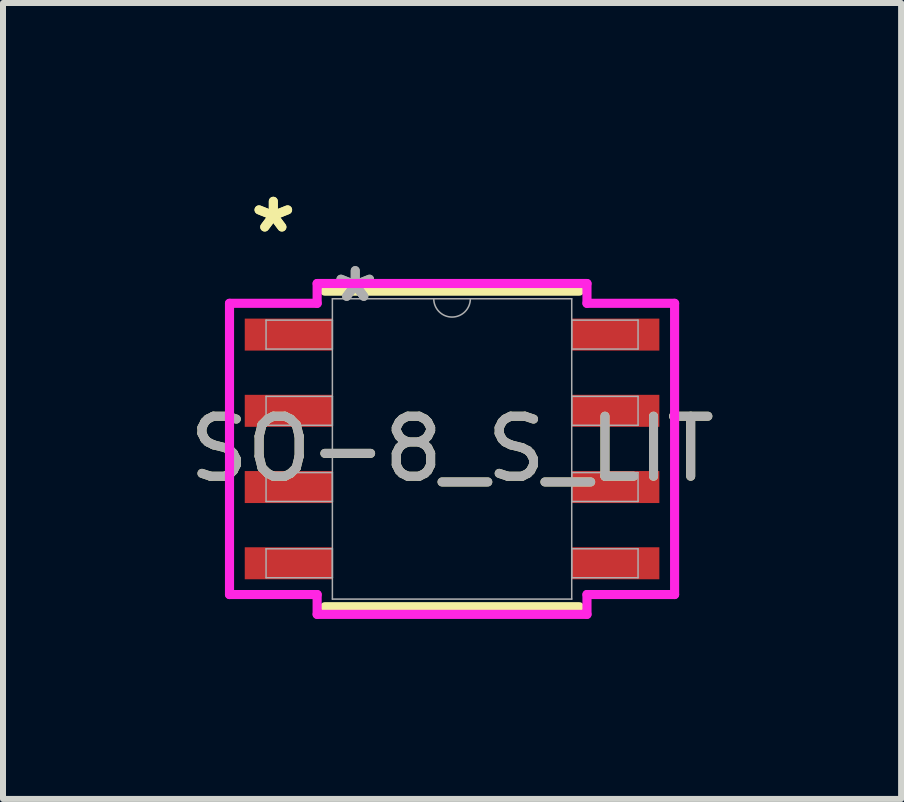
<source format=kicad_pcb>
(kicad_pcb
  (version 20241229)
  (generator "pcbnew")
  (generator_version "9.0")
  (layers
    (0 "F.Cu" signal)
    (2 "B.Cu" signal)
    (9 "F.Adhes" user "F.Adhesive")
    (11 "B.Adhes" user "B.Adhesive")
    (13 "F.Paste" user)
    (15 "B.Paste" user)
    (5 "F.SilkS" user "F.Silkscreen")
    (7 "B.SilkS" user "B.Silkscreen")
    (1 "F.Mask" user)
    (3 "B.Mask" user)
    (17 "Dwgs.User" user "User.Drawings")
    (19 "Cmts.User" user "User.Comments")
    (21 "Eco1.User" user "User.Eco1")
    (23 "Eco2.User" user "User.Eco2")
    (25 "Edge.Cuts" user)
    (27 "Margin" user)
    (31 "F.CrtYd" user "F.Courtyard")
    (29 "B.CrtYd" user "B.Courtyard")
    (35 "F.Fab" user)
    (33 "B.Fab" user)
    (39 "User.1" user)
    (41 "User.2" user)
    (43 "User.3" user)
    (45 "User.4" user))
  (footprint "SO-8_S_LIT"
    (layer "F.Cu")
    (at 4.482 4.43)
    (property "Reference" "SO-8_S_LIT" (at 0 0 0) (unlocked yes) (layer "F.SilkS") (effects (font (size 1 1) (thickness 0.15))))
    (attr smd)
    (fp_line (start -2.121 2.629) (end 2.121 2.629) (stroke (width 0.152) (type solid)) (layer "F.SilkS"))
    (fp_line (start 2.121 -2.629) (end -2.121 -2.629) (stroke (width 0.152) (type solid)) (layer "F.SilkS"))
    (fp_line (start -3.708 -2.426) (end -2.248 -2.426) (stroke (width 0.152) (type solid)) (layer "F.CrtYd"))
    (fp_line (start -3.708 2.426) (end -3.708 -2.426) (stroke (width 0.152) (type solid)) (layer "F.CrtYd"))
    (fp_line (start -3.708 2.426) (end -2.248 2.426) (stroke (width 0.152) (type solid)) (layer "F.CrtYd"))
    (fp_line (start -2.248 -2.756) (end 2.248 -2.756) (stroke (width 0.152) (type solid)) (layer "F.CrtYd"))
    (fp_line (start -2.248 -2.426) (end -2.248 -2.756) (stroke (width 0.152) (type solid)) (layer "F.CrtYd"))
    (fp_line (start -2.248 2.756) (end -2.248 2.426) (stroke (width 0.152) (type solid)) (layer "F.CrtYd"))
    (fp_line (start 2.248 -2.756) (end 2.248 -2.426) (stroke (width 0.152) (type solid)) (layer "F.CrtYd"))
    (fp_line (start 2.248 2.426) (end 2.248 2.756) (stroke (width 0.152) (type solid)) (layer "F.CrtYd"))
    (fp_line (start 2.248 2.756) (end -2.248 2.756) (stroke (width 0.152) (type solid)) (layer "F.CrtYd"))
    (fp_line (start 3.708 -2.426) (end 2.248 -2.426) (stroke (width 0.152) (type solid)) (layer "F.CrtYd"))
    (fp_line (start 3.708 -2.426) (end 3.708 2.426) (stroke (width 0.152) (type solid)) (layer "F.CrtYd"))
    (fp_line (start 3.708 2.426) (end 2.248 2.426) (stroke (width 0.152) (type solid)) (layer "F.CrtYd"))
    (fp_line (start -3.099 -2.146) (end -3.099 -1.664) (stroke (width 0.025) (type solid)) (layer "F.Fab"))
    (fp_line (start -3.099 -1.664) (end -1.994 -1.664) (stroke (width 0.025) (type solid)) (layer "F.Fab"))
    (fp_line (start -3.099 -0.876) (end -3.099 -0.394) (stroke (width 0.025) (type solid)) (layer "F.Fab"))
    (fp_line (start -3.099 -0.394) (end -1.994 -0.394) (stroke (width 0.025) (type solid)) (layer "F.Fab"))
    (fp_line (start -3.099 0.394) (end -3.099 0.876) (stroke (width 0.025) (type solid)) (layer "F.Fab"))
    (fp_line (start -3.099 0.876) (end -1.994 0.876) (stroke (width 0.025) (type solid)) (layer "F.Fab"))
    (fp_line (start -3.099 1.664) (end -3.099 2.146) (stroke (width 0.025) (type solid)) (layer "F.Fab"))
    (fp_line (start -3.099 2.146) (end -1.994 2.146) (stroke (width 0.025) (type solid)) (layer "F.Fab"))
    (fp_line (start -1.994 -2.502) (end -1.994 2.502) (stroke (width 0.025) (type solid)) (layer "F.Fab"))
    (fp_line (start -1.994 -2.146) (end -3.099 -2.146) (stroke (width 0.025) (type solid)) (layer "F.Fab"))
    (fp_line (start -1.994 -1.664) (end -1.994 -2.146) (stroke (width 0.025) (type solid)) (layer "F.Fab"))
    (fp_line (start -1.994 -0.876) (end -3.099 -0.876) (stroke (width 0.025) (type solid)) (layer "F.Fab"))
    (fp_line (start -1.994 -0.394) (end -1.994 -0.876) (stroke (width 0.025) (type solid)) (layer "F.Fab"))
    (fp_line (start -1.994 0.394) (end -3.099 0.394) (stroke (width 0.025) (type solid)) (layer "F.Fab"))
    (fp_line (start -1.994 0.876) (end -1.994 0.394) (stroke (width 0.025) (type solid)) (layer "F.Fab"))
    (fp_line (start -1.994 1.664) (end -3.099 1.664) (stroke (width 0.025) (type solid)) (layer "F.Fab"))
    (fp_line (start -1.994 2.146) (end -1.994 1.664) (stroke (width 0.025) (type solid)) (layer "F.Fab"))
    (fp_line (start -1.994 2.502) (end 1.994 2.502) (stroke (width 0.025) (type solid)) (layer "F.Fab"))
    (fp_line (start 1.994 -2.502) (end -1.994 -2.502) (stroke (width 0.025) (type solid)) (layer "F.Fab"))
    (fp_line (start 1.994 -2.146) (end 1.994 -1.664) (stroke (width 0.025) (type solid)) (layer "F.Fab"))
    (fp_line (start 1.994 -1.664) (end 3.099 -1.664) (stroke (width 0.025) (type solid)) (layer "F.Fab"))
    (fp_line (start 1.994 -0.876) (end 1.994 -0.394) (stroke (width 0.025) (type solid)) (layer "F.Fab"))
    (fp_line (start 1.994 -0.394) (end 3.099 -0.394) (stroke (width 0.025) (type solid)) (layer "F.Fab"))
    (fp_line (start 1.994 0.394) (end 1.994 0.876) (stroke (width 0.025) (type solid)) (layer "F.Fab"))
    (fp_line (start 1.994 0.876) (end 3.099 0.876) (stroke (width 0.025) (type solid)) (layer "F.Fab"))
    (fp_line (start 1.994 1.664) (end 1.994 2.146) (stroke (width 0.025) (type solid)) (layer "F.Fab"))
    (fp_line (start 1.994 2.146) (end 3.099 2.146) (stroke (width 0.025) (type solid)) (layer "F.Fab"))
    (fp_line (start 1.994 2.502) (end 1.994 -2.502) (stroke (width 0.025) (type solid)) (layer "F.Fab"))
    (fp_line (start 3.099 -2.146) (end 1.994 -2.146) (stroke (width 0.025) (type solid)) (layer "F.Fab"))
    (fp_line (start 3.099 -1.664) (end 3.099 -2.146) (stroke (width 0.025) (type solid)) (layer "F.Fab"))
    (fp_line (start 3.099 -0.876) (end 1.994 -0.876) (stroke (width 0.025) (type solid)) (layer "F.Fab"))
    (fp_line (start 3.099 -0.394) (end 3.099 -0.876) (stroke (width 0.025) (type solid)) (layer "F.Fab"))
    (fp_line (start 3.099 0.394) (end 1.994 0.394) (stroke (width 0.025) (type solid)) (layer "F.Fab"))
    (fp_line (start 3.099 0.876) (end 3.099 0.394) (stroke (width 0.025) (type solid)) (layer "F.Fab"))
    (fp_line (start 3.099 1.664) (end 1.994 1.664) (stroke (width 0.025) (type solid)) (layer "F.Fab"))
    (fp_line (start 3.099 2.146) (end 3.099 1.664) (stroke (width 0.025) (type solid)) (layer "F.Fab"))
    (fp_arc (start 0.3048 -2.5019) (mid 0 -2.1971) (end -0.3048 -2.5019) (stroke (width 0.0254) (type solid)) (layer "F.Fab"))
    (fp_text user "*" (at -2.978 -3.581 0) (unlocked yes) (layer "F.SilkS") (effects (font (size 1 1) (thickness 0.15))))
    (fp_text user "*" (at -2.978 -3.581 0) (layer "F.SilkS") (effects (font (size 1 1) (thickness 0.15))))
    (fp_text user "${REFERENCE}" (at 0 0 0) (unlocked yes) (layer "F.Fab") (effects (font (size 1 1) (thickness 0.15))))
    (fp_text user "*" (at -1.613 -2.426 0) (unlocked yes) (layer "F.Fab") (effects (font (size 1 1) (thickness 0.15))))
    (fp_text user "*" (at -1.613 -2.426 0) (layer "F.Fab") (effects (font (size 1 1) (thickness 0.15))))
    (pad "1" smd rect (at -2.724 -1.905) (size 1.46 0.533) (layers "F.Cu" "F.Mask" "F.Paste"))
    (pad "2" smd rect (at -2.724 -0.635) (size 1.46 0.533) (layers "F.Cu" "F.Mask" "F.Paste"))
    (pad "3" smd rect (at -2.724 0.635) (size 1.46 0.533) (layers "F.Cu" "F.Mask" "F.Paste"))
    (pad "4" smd rect (at -2.724 1.905) (size 1.46 0.533) (layers "F.Cu" "F.Mask" "F.Paste"))
    (pad "5" smd rect (at 2.724 1.905) (size 1.46 0.533) (layers "F.Cu" "F.Mask" "F.Paste"))
    (pad "6" smd rect (at 2.724 0.635) (size 1.46 0.533) (layers "F.Cu" "F.Mask" "F.Paste"))
    (pad "7" smd rect (at 2.724 -0.635) (size 1.46 0.533) (layers "F.Cu" "F.Mask" "F.Paste"))
    (pad "8" smd rect (at 2.724 -1.905) (size 1.46 0.533) (layers "F.Cu" "F.Mask" "F.Paste")))
  (gr_rect
    (start -3 -3)
    (end 11.964 10.262)
    (stroke (width 0.1) (type default))
    (fill no)
    (layer "Edge.Cuts")))
</source>
